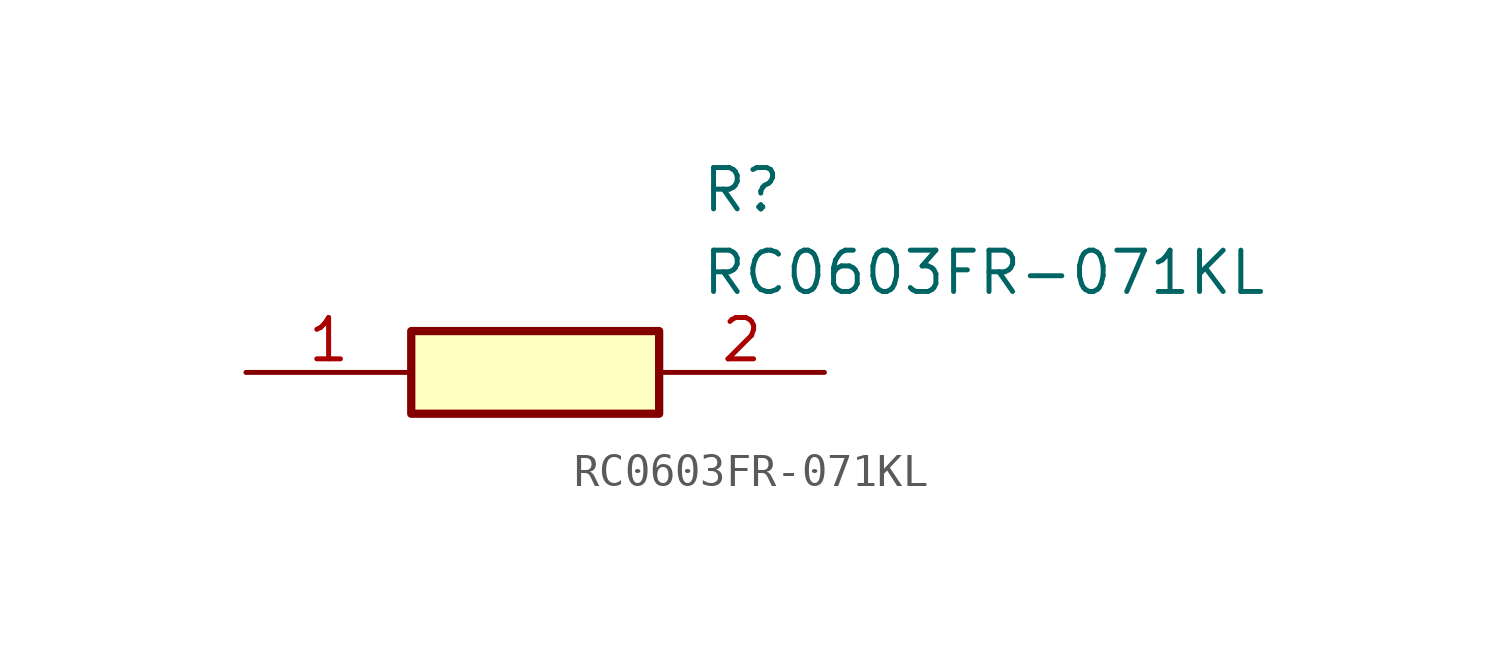
<source format=kicad_sym>
(kicad_symbol_lib
  (version 20211014)
  (generator SamacSys_ECAD_Model)
  (symbol "RC0603FR-071KL"
    (pin_names hide)
    (property "Reference" "R"
      (at 13.97 6.35 0)
      (effects (font (size 1.27 1.27)) (justify left top)))
    (property "Value" "RC0603FR-071KL"
      (at 13.97 3.81 0)
      (effects (font (size 1.27 1.27)) (justify left top)))
    (rectangle
      (start 5.08 1.27)
      (end 12.7 -1.27)
      (stroke (width 0.254) (type default))
      (fill (type background)))
    (pin passive line
      (at 0 0 0)
      (length 5.08)
      (name "1" (effects (font (size 1.27 1.27))))
      (number "1" (effects (font (size 1.27 1.27)))))
    (pin passive line
      (at 17.78 0 180)
      (length 5.08)
      (name "2" (effects (font (size 1.27 1.27))))
      (number "2" (effects (font (size 1.27 1.27)))))))
</source>
